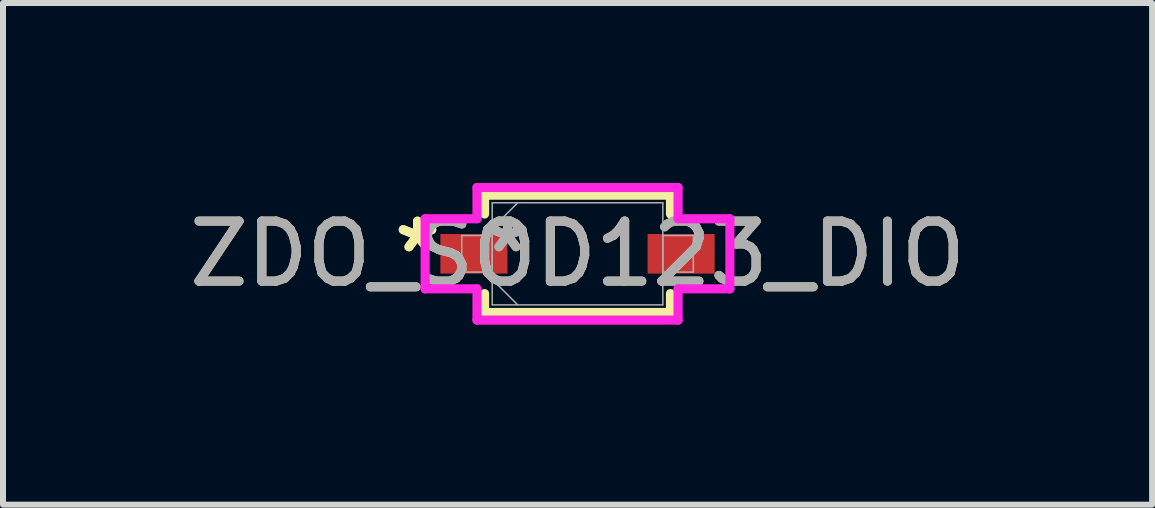
<source format=kicad_pcb>
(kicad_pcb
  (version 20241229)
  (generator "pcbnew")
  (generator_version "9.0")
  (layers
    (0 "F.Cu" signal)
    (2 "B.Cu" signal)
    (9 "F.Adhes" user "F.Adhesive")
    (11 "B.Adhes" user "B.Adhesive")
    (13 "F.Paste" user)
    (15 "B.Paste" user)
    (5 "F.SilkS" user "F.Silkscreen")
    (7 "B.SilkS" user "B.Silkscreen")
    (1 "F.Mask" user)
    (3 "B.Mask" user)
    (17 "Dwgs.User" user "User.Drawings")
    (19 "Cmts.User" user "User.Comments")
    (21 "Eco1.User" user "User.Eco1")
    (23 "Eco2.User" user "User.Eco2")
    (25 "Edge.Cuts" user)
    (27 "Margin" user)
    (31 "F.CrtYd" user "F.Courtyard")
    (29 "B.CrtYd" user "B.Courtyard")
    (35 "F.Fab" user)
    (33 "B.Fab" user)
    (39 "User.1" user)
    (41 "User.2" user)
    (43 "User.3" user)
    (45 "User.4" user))
  (footprint "ZDO_SOD123_DIO"
    (layer "F.Cu")
    (at 6.577 1.181)
    (property "Reference" "ZDO_SOD123_DIO" (at 0 0 0) (unlocked yes) (layer "F.SilkS") (effects (font (size 1 1) (thickness 0.15))))
    (attr smd)
    (fp_line (start -1.549 -0.978) (end -1.549 -0.663) (stroke (width 0.152) (type solid)) (layer "F.SilkS"))
    (fp_line (start -1.549 0.663) (end -1.549 0.978) (stroke (width 0.152) (type solid)) (layer "F.SilkS"))
    (fp_line (start -1.549 0.978) (end 1.549 0.978) (stroke (width 0.152) (type solid)) (layer "F.SilkS"))
    (fp_line (start 1.549 -0.978) (end -1.549 -0.978) (stroke (width 0.152) (type solid)) (layer "F.SilkS"))
    (fp_line (start 1.549 -0.663) (end 1.549 -0.978) (stroke (width 0.152) (type solid)) (layer "F.SilkS"))
    (fp_line (start 1.549 0.978) (end 1.549 0.663) (stroke (width 0.152) (type solid)) (layer "F.SilkS"))
    (fp_line (start -2.54 -0.584) (end -1.676 -0.584) (stroke (width 0.152) (type solid)) (layer "F.CrtYd"))
    (fp_line (start -2.54 0.584) (end -2.54 -0.584) (stroke (width 0.152) (type solid)) (layer "F.CrtYd"))
    (fp_line (start -1.676 -1.105) (end 1.676 -1.105) (stroke (width 0.152) (type solid)) (layer "F.CrtYd"))
    (fp_line (start -1.676 -0.584) (end -1.676 -1.105) (stroke (width 0.152) (type solid)) (layer "F.CrtYd"))
    (fp_line (start -1.676 0.584) (end -2.54 0.584) (stroke (width 0.152) (type solid)) (layer "F.CrtYd"))
    (fp_line (start -1.676 1.105) (end -1.676 0.584) (stroke (width 0.152) (type solid)) (layer "F.CrtYd"))
    (fp_line (start 1.676 -1.105) (end 1.676 -0.584) (stroke (width 0.152) (type solid)) (layer "F.CrtYd"))
    (fp_line (start 1.676 -0.584) (end 2.54 -0.584) (stroke (width 0.152) (type solid)) (layer "F.CrtYd"))
    (fp_line (start 1.676 0.584) (end 1.676 1.105) (stroke (width 0.152) (type solid)) (layer "F.CrtYd"))
    (fp_line (start 1.676 1.105) (end -1.676 1.105) (stroke (width 0.152) (type solid)) (layer "F.CrtYd"))
    (fp_line (start 2.54 -0.584) (end 2.54 0.584) (stroke (width 0.152) (type solid)) (layer "F.CrtYd"))
    (fp_line (start 2.54 0.584) (end 1.676 0.584) (stroke (width 0.152) (type solid)) (layer "F.CrtYd"))
    (fp_line (start -1.93 -0.305) (end -1.93 0.305) (stroke (width 0.025) (type solid)) (layer "F.Fab"))
    (fp_line (start -1.93 0.305) (end -1.422 0.305) (stroke (width 0.025) (type solid)) (layer "F.Fab"))
    (fp_line (start -1.422 -0.851) (end -1.422 0.851) (stroke (width 0.025) (type solid)) (layer "F.Fab"))
    (fp_line (start -1.422 -0.425) (end -0.997 -0.851) (stroke (width 0.025) (type solid)) (layer "F.Fab"))
    (fp_line (start -1.422 -0.305) (end -1.93 -0.305) (stroke (width 0.025) (type solid)) (layer "F.Fab"))
    (fp_line (start -1.422 0.305) (end -1.422 -0.305) (stroke (width 0.025) (type solid)) (layer "F.Fab"))
    (fp_line (start -1.422 0.425) (end -0.997 0.851) (stroke (width 0.025) (type solid)) (layer "F.Fab"))
    (fp_line (start -1.422 0.851) (end 1.422 0.851) (stroke (width 0.025) (type solid)) (layer "F.Fab"))
    (fp_line (start 1.422 -0.851) (end -1.422 -0.851) (stroke (width 0.025) (type solid)) (layer "F.Fab"))
    (fp_line (start 1.422 -0.305) (end 1.422 0.305) (stroke (width 0.025) (type solid)) (layer "F.Fab"))
    (fp_line (start 1.422 0.305) (end 1.93 0.305) (stroke (width 0.025) (type solid)) (layer "F.Fab"))
    (fp_line (start 1.422 0.851) (end 1.422 -0.851) (stroke (width 0.025) (type solid)) (layer "F.Fab"))
    (fp_line (start 1.93 -0.305) (end 1.422 -0.305) (stroke (width 0.025) (type solid)) (layer "F.Fab"))
    (fp_line (start 1.93 0.305) (end 1.93 -0.305) (stroke (width 0.025) (type solid)) (layer "F.Fab"))
    (fp_text user "*" (at -2.667 0 0) (unlocked yes) (layer "F.SilkS") (effects (font (size 1 1) (thickness 0.15))))
    (fp_text user "*" (at -2.667 0 0) (layer "F.SilkS") (effects (font (size 1 1) (thickness 0.15))))
    (fp_text user "*" (at -1.168 0 0) (layer "F.Fab") (effects (font (size 1 1) (thickness 0.15))))
    (fp_text user "*" (at -1.168 0 0) (unlocked yes) (layer "F.Fab") (effects (font (size 1 1) (thickness 0.15))))
    (fp_text user "${REFERENCE}" (at 0 0 0) (unlocked yes) (layer "F.Fab") (effects (font (size 1 1) (thickness 0.15))))
    (pad "1" smd rect (at -1.727 0) (size 1.118 0.66) (layers "F.Cu" "F.Mask" "F.Paste"))
    (pad "2" smd rect (at 1.727 0) (size 1.118 0.66) (layers "F.Cu" "F.Mask" "F.Paste")))
  (gr_rect
    (start -3 -3)
    (end 16.155 5.362)
    (stroke (width 0.1) (type default))
    (fill no)
    (layer "Edge.Cuts")))
</source>
